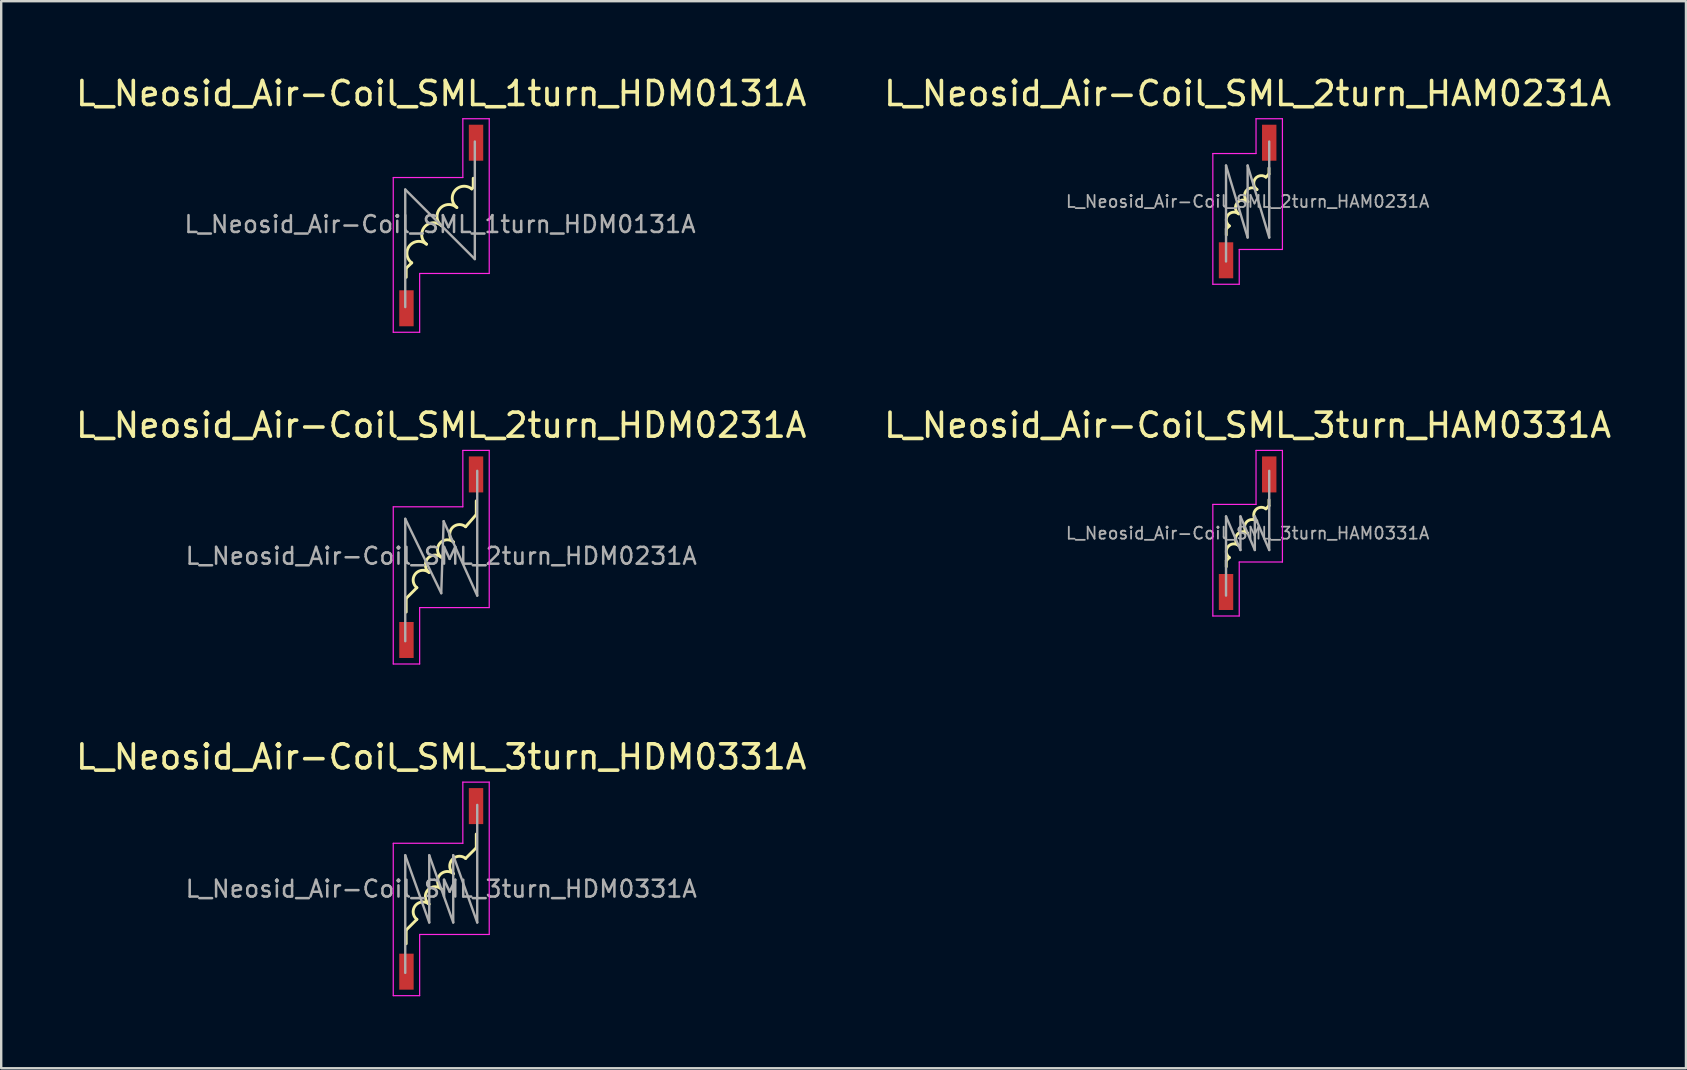
<source format=kicad_pcb>
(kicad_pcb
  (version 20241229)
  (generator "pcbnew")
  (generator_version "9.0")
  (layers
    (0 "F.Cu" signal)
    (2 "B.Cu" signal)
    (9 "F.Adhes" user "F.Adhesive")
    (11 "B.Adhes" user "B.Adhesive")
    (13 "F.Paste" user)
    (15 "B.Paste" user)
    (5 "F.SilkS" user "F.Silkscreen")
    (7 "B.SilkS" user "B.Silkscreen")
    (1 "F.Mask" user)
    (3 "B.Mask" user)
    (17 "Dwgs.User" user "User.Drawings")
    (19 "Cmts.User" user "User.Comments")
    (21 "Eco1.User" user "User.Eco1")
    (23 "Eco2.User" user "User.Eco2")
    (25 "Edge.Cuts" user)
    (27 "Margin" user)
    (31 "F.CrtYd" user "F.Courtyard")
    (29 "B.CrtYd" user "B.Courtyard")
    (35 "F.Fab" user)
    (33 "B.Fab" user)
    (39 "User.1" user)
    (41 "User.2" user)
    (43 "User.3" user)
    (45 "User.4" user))
  (footprint "L_Neosid_Air-Coil_SML_3turn_HDM0331A"
    (layer "F.Cu")
    (at 15.339 33.995)
    (property "Reference" "L_Neosid_Air-Coil_SML_3turn_HDM0331A" (at 0 -5.5 0) (layer "F.SilkS") (effects (font (size 1 1) (thickness 0.15))))
    (attr smd)
    (fp_line (start -1.46 1.714) (end -1.016 1.27) (stroke (width 0.12) (type solid)) (layer "F.SilkS"))
    (fp_line (start -1.46 2.286) (end -1.46 1.714) (stroke (width 0.12) (type solid)) (layer "F.SilkS"))
    (fp_line (start 1.016 -1.27) (end 1.46 -1.714) (stroke (width 0.12) (type solid)) (layer "F.SilkS"))
    (fp_line (start 1.46 -1.714) (end 1.46 -2.286) (stroke (width 0.12) (type solid)) (layer "F.SilkS"))
    (fp_arc (start -1.015998 1.269998) (mid -1.079498 0.6985) (end -0.508 0.635) (stroke (width 0.12) (type solid)) (layer "F.SilkS"))
    (fp_arc (start -0.507998 0.634998) (mid -0.571498 0.0635) (end 0 0) (stroke (width 0.12) (type solid)) (layer "F.SilkS"))
    (fp_arc (start 0.000002 -0.000002) (mid -0.063498 -0.5715) (end 0.508 -0.635) (stroke (width 0.12) (type solid)) (layer "F.SilkS"))
    (fp_arc (start 0.508002 -0.635002) (mid 0.444502 -1.2065) (end 1.016 -1.27) (stroke (width 0.12) (type solid)) (layer "F.SilkS"))
    (fp_line (start -2 -1.9) (end -2 4.45) (stroke (width 0.05) (type solid)) (layer "F.CrtYd"))
    (fp_line (start -2 4.45) (end -0.9 4.45) (stroke (width 0.05) (type solid)) (layer "F.CrtYd"))
    (fp_line (start -0.9 1.9) (end 2 1.9) (stroke (width 0.05) (type solid)) (layer "F.CrtYd"))
    (fp_line (start -0.9 4.45) (end -0.9 1.9) (stroke (width 0.05) (type solid)) (layer "F.CrtYd"))
    (fp_line (start 0.9 -4.45) (end 0.9 -1.9) (stroke (width 0.05) (type solid)) (layer "F.CrtYd"))
    (fp_line (start 0.9 -1.9) (end -2 -1.9) (stroke (width 0.05) (type solid)) (layer "F.CrtYd"))
    (fp_line (start 2 -4.45) (end 0.9 -4.45) (stroke (width 0.05) (type solid)) (layer "F.CrtYd"))
    (fp_line (start 2 1.9) (end 2 -4.45) (stroke (width 0.05) (type solid)) (layer "F.CrtYd"))
    (fp_line (start -1.5 -1.4) (end -0.5 1.4) (stroke (width 0.1) (type solid)) (layer "F.Fab"))
    (fp_line (start -1.5 3.5) (end -1.5 -1.4) (stroke (width 0.1) (type solid)) (layer "F.Fab"))
    (fp_line (start -0.5 -1.4) (end 0.5 1.4) (stroke (width 0.1) (type solid)) (layer "F.Fab"))
    (fp_line (start -0.5 1.4) (end -0.5 -1.4) (stroke (width 0.1) (type solid)) (layer "F.Fab"))
    (fp_line (start 0.5 -1.4) (end 1.5 1.4) (stroke (width 0.1) (type solid)) (layer "F.Fab"))
    (fp_line (start 0.5 1.4) (end 0.5 -1.4) (stroke (width 0.1) (type solid)) (layer "F.Fab"))
    (fp_line (start 1.5 1.4) (end 1.5 -3.5) (stroke (width 0.1) (type solid)) (layer "F.Fab"))
    (fp_text user "${REFERENCE}" (at 0 0 0) (layer "F.Fab") (effects (font (size 0.7 0.7) (thickness 0.105))))
    (pad "1" smd rect (at -1.45 3.45) (size 0.6 1.5) (layers "F.Cu" "F.Mask" "F.Paste"))
    (pad "2" smd rect (at 1.45 -3.45) (size 0.6 1.5) (layers "F.Cu" "F.Mask" "F.Paste")))
  (footprint "L_Neosid_Air-Coil_SML_2turn_HDM0231A"
    (layer "F.Cu")
    (at 15.339 20.172)
    (property "Reference" "L_Neosid_Air-Coil_SML_2turn_HDM0231A" (at 0 -5.5 0) (layer "F.SilkS") (effects (font (size 1 1) (thickness 0.15))))
    (attr smd)
    (fp_line (start -1.46 1.714) (end -1.46 2.286) (stroke (width 0.12) (type solid)) (layer "F.SilkS"))
    (fp_line (start -1.016 1.27) (end -1.46 1.714) (stroke (width 0.12) (type solid)) (layer "F.SilkS"))
    (fp_line (start 1.016 -1.27) (end 1.46 -1.778) (stroke (width 0.12) (type solid)) (layer "F.SilkS"))
    (fp_line (start 1.46 -1.778) (end 1.46 -2.349) (stroke (width 0.12) (type solid)) (layer "F.SilkS"))
    (fp_arc (start -1.015998 1.269998) (mid -1.079498 0.6985) (end -0.508 0.635) (stroke (width 0.12) (type solid)) (layer "F.SilkS"))
    (fp_arc (start -0.507998 0.634998) (mid -0.571498 0.0635) (end 0 0) (stroke (width 0.12) (type solid)) (layer "F.SilkS"))
    (fp_arc (start 0.000002 -0.000002) (mid -0.063498 -0.5715) (end 0.508 -0.635) (stroke (width 0.12) (type solid)) (layer "F.SilkS"))
    (fp_arc (start 0.508002 -0.635002) (mid 0.444502 -1.2065) (end 1.016 -1.27) (stroke (width 0.12) (type solid)) (layer "F.SilkS"))
    (fp_line (start -2 -2.1) (end -2 4.45) (stroke (width 0.05) (type solid)) (layer "F.CrtYd"))
    (fp_line (start -2 4.45) (end -0.9 4.45) (stroke (width 0.05) (type solid)) (layer "F.CrtYd"))
    (fp_line (start -0.9 2.1) (end 2 2.1) (stroke (width 0.05) (type solid)) (layer "F.CrtYd"))
    (fp_line (start -0.9 4.45) (end -0.9 2.1) (stroke (width 0.05) (type solid)) (layer "F.CrtYd"))
    (fp_line (start 0.9 -4.45) (end 0.9 -2.1) (stroke (width 0.05) (type solid)) (layer "F.CrtYd"))
    (fp_line (start 0.9 -2.1) (end -2 -2.1) (stroke (width 0.05) (type solid)) (layer "F.CrtYd"))
    (fp_line (start 2 -4.45) (end 0.9 -4.45) (stroke (width 0.05) (type solid)) (layer "F.CrtYd"))
    (fp_line (start 2 2.1) (end 2 -4.45) (stroke (width 0.05) (type solid)) (layer "F.CrtYd"))
    (fp_line (start -1.5 -1.6) (end 0 1.5) (stroke (width 0.1) (type solid)) (layer "F.Fab"))
    (fp_line (start -1.5 3.5) (end -1.5 -1.6) (stroke (width 0.1) (type solid)) (layer "F.Fab"))
    (fp_line (start 0 1.5) (end 0.1 -1.5) (stroke (width 0.1) (type solid)) (layer "F.Fab"))
    (fp_line (start 0.1 -1.5) (end 1.5 1.6) (stroke (width 0.1) (type solid)) (layer "F.Fab"))
    (fp_line (start 1.5 1.6) (end 1.5 -3.6) (stroke (width 0.1) (type solid)) (layer "F.Fab"))
    (fp_text user "${REFERENCE}" (at 0 -0.05 0) (layer "F.Fab") (effects (font (size 0.7 0.7) (thickness 0.105))))
    (pad "1" smd rect (at -1.45 3.45) (size 0.6 1.5) (layers "F.Cu" "F.Mask" "F.Paste"))
    (pad "2" smd rect (at 1.45 -3.45) (size 0.6 1.5) (layers "F.Cu" "F.Mask" "F.Paste")))
  (footprint "L_Neosid_Air-Coil_SML_3turn_HAM0331A"
    (layer "F.Cu")
    (at 48.946 19.172)
    (property "Reference" "L_Neosid_Air-Coil_SML_3turn_HAM0331A" (at 0 -4.5 0) (layer "F.SilkS") (effects (font (size 1 1) (thickness 0.15))))
    (attr smd)
    (fp_line (start -0.889 1.143) (end -0.889 1.397) (stroke (width 0.12) (type solid)) (layer "F.SilkS"))
    (fp_line (start -0.762 1.016) (end -0.889 1.143) (stroke (width 0.12) (type solid)) (layer "F.SilkS"))
    (fp_line (start 0.762 -1.016) (end 0.889 -1.143) (stroke (width 0.12) (type solid)) (layer "F.SilkS"))
    (fp_line (start 0.889 -1.143) (end 0.889 -1.397) (stroke (width 0.12) (type solid)) (layer "F.SilkS"))
    (fp_arc (start -0.761998 1.016) (mid -0.825499 0.571501) (end -0.381 0.508) (stroke (width 0.12) (type solid)) (layer "F.SilkS"))
    (fp_arc (start -0.380998 0.508) (mid -0.444499 0.063501) (end 0 0) (stroke (width 0.12) (type solid)) (layer "F.SilkS"))
    (fp_arc (start 0.000002 0) (mid -0.063499 -0.444499) (end 0.381 -0.508) (stroke (width 0.12) (type solid)) (layer "F.SilkS"))
    (fp_arc (start 0.381002 -0.508) (mid 0.317501 -0.952499) (end 0.762 -1.016) (stroke (width 0.12) (type solid)) (layer "F.SilkS"))
    (fp_line (start -1.45 -1.2) (end -1.45 3.45) (stroke (width 0.05) (type solid)) (layer "F.CrtYd"))
    (fp_line (start -1.45 3.45) (end -0.35 3.45) (stroke (width 0.05) (type solid)) (layer "F.CrtYd"))
    (fp_line (start -0.35 1.2) (end 1.45 1.2) (stroke (width 0.05) (type solid)) (layer "F.CrtYd"))
    (fp_line (start -0.35 3.45) (end -0.35 1.2) (stroke (width 0.05) (type solid)) (layer "F.CrtYd"))
    (fp_line (start 0.35 -3.45) (end 0.35 -1.2) (stroke (width 0.05) (type solid)) (layer "F.CrtYd"))
    (fp_line (start 0.35 -1.2) (end -1.45 -1.2) (stroke (width 0.05) (type solid)) (layer "F.CrtYd"))
    (fp_line (start 1.45 -3.45) (end 0.35 -3.45) (stroke (width 0.05) (type solid)) (layer "F.CrtYd"))
    (fp_line (start 1.45 1.2) (end 1.45 -3.45) (stroke (width 0.05) (type solid)) (layer "F.CrtYd"))
    (fp_line (start -0.9 -0.7) (end -0.3 0.7) (stroke (width 0.1) (type solid)) (layer "F.Fab"))
    (fp_line (start -0.9 2.6) (end -0.9 -0.7) (stroke (width 0.1) (type solid)) (layer "F.Fab"))
    (fp_line (start -0.3 -0.7) (end 0.3 0.7) (stroke (width 0.1) (type solid)) (layer "F.Fab"))
    (fp_line (start -0.3 0.7) (end -0.3 -0.7) (stroke (width 0.1) (type solid)) (layer "F.Fab"))
    (fp_line (start 0.3 -0.7) (end 0.9 0.7) (stroke (width 0.1) (type solid)) (layer "F.Fab"))
    (fp_line (start 0.3 0.7) (end 0.3 -0.7) (stroke (width 0.1) (type solid)) (layer "F.Fab"))
    (fp_line (start 0.9 0.7) (end 0.9 -2.6) (stroke (width 0.1) (type solid)) (layer "F.Fab"))
    (fp_text user "${REFERENCE}" (at 0 0 0) (layer "F.Fab") (effects (font (size 0.5 0.5) (thickness 0.075))))
    (pad "1" smd rect (at -0.9 2.45) (size 0.6 1.5) (layers "F.Cu" "F.Mask" "F.Paste"))
    (pad "2" smd rect (at 0.9 -2.45) (size 0.6 1.5) (layers "F.Cu" "F.Mask" "F.Paste")))
  (footprint "L_Neosid_Air-Coil_SML_2turn_HAM0231A"
    (layer "F.Cu")
    (at 48.946 5.348)
    (property "Reference" "L_Neosid_Air-Coil_SML_2turn_HAM0231A" (at 0 -4.5 0) (layer "F.SilkS") (effects (font (size 1 1) (thickness 0.15))))
    (attr smd)
    (fp_line (start -0.889 1.143) (end -0.889 1.397) (stroke (width 0.12) (type solid)) (layer "F.SilkS"))
    (fp_line (start -0.889 1.143) (end -0.762 1.016) (stroke (width 0.12) (type solid)) (layer "F.SilkS"))
    (fp_line (start 0.762 -1.016) (end 0.889 -1.143) (stroke (width 0.12) (type solid)) (layer "F.SilkS"))
    (fp_line (start 0.889 -1.143) (end 0.889 -1.397) (stroke (width 0.12) (type solid)) (layer "F.SilkS"))
    (fp_arc (start -0.761998 1.015998) (mid -0.825498 0.5715) (end -0.381 0.508) (stroke (width 0.12) (type solid)) (layer "F.SilkS"))
    (fp_arc (start -0.366615 0.518174) (mid -0.449686 0.070621) (end 0 0) (stroke (width 0.12) (type solid)) (layer "F.SilkS"))
    (fp_arc (start 0.014385 0.010174) (mid -0.068686 -0.437379) (end 0.381 -0.508) (stroke (width 0.12) (type solid)) (layer "F.SilkS"))
    (fp_arc (start 0.395385 -0.497826) (mid 0.312314 -0.945379) (end 0.762 -1.016) (stroke (width 0.12) (type solid)) (layer "F.SilkS"))
    (fp_line (start -1.45 -2) (end -1.45 3.45) (stroke (width 0.05) (type solid)) (layer "F.CrtYd"))
    (fp_line (start -1.45 3.45) (end -0.35 3.45) (stroke (width 0.05) (type solid)) (layer "F.CrtYd"))
    (fp_line (start -0.35 2) (end 1.45 2) (stroke (width 0.05) (type solid)) (layer "F.CrtYd"))
    (fp_line (start -0.35 3.45) (end -0.35 2) (stroke (width 0.05) (type solid)) (layer "F.CrtYd"))
    (fp_line (start 0.35 -3.45) (end 0.35 -2) (stroke (width 0.05) (type solid)) (layer "F.CrtYd"))
    (fp_line (start 0.35 -2) (end -1.45 -2) (stroke (width 0.05) (type solid)) (layer "F.CrtYd"))
    (fp_line (start 1.45 -3.45) (end 0.35 -3.45) (stroke (width 0.05) (type solid)) (layer "F.CrtYd"))
    (fp_line (start 1.45 2) (end 1.45 -3.45) (stroke (width 0.05) (type solid)) (layer "F.CrtYd"))
    (fp_line (start -0.9 -1.5) (end 0 1.5) (stroke (width 0.1) (type solid)) (layer "F.Fab"))
    (fp_line (start -0.9 2.5) (end -0.9 -1.5) (stroke (width 0.1) (type solid)) (layer "F.Fab"))
    (fp_line (start 0 -1.5) (end 0.9 1.5) (stroke (width 0.1) (type solid)) (layer "F.Fab"))
    (fp_line (start 0 1.5) (end 0 -1.5) (stroke (width 0.1) (type solid)) (layer "F.Fab"))
    (fp_line (start 0.9 1.5) (end 0.9 -2.5) (stroke (width 0.1) (type solid)) (layer "F.Fab"))
    (fp_text user "${REFERENCE}" (at 0 0 0) (layer "F.Fab") (effects (font (size 0.5 0.5) (thickness 0.075))))
    (pad "1" smd rect (at -0.9 2.45) (size 0.6 1.5) (layers "F.Cu" "F.Mask" "F.Paste"))
    (pad "2" smd rect (at 0.9 -2.45) (size 0.6 1.5) (layers "F.Cu" "F.Mask" "F.Paste")))
  (footprint "L_Neosid_Air-Coil_SML_1turn_HDM0131A"
    (layer "F.Cu")
    (at 15.339 6.348)
    (property "Reference" "L_Neosid_Air-Coil_SML_1turn_HDM0131A" (at 0 -5.5 0) (layer "F.SilkS") (effects (font (size 1 1) (thickness 0.15))))
    (attr smd)
    (fp_line (start -1.46 1.778) (end -1.46 2.159) (stroke (width 0.12) (type solid)) (layer "F.SilkS"))
    (fp_line (start -1.23 1.556) (end -1.46 1.778) (stroke (width 0.12) (type solid)) (layer "F.SilkS"))
    (fp_line (start 1.27 -1.524) (end 1.333 -1.587) (stroke (width 0.12) (type solid)) (layer "F.SilkS"))
    (fp_line (start 1.333 -1.587) (end 1.333 -1.968) (stroke (width 0.12) (type solid)) (layer "F.SilkS"))
    (fp_arc (start -1.230136 1.555522) (mid -1.321575 0.851126) (end -0.615068 0.777761) (stroke (width 0.12) (type solid)) (layer "F.SilkS"))
    (fp_arc (start -0.615068 0.777761) (mid -0.706507 0.073365) (end 0 0) (stroke (width 0.12) (type solid)) (layer "F.SilkS"))
    (fp_arc (start 0.019932 0.015761) (mid -0.071507 -0.688635) (end 0.635 -0.762) (stroke (width 0.12) (type solid)) (layer "F.SilkS"))
    (fp_arc (start 0.654932 -0.746239) (mid 0.563493 -1.450635) (end 1.27 -1.524) (stroke (width 0.12) (type solid)) (layer "F.SilkS"))
    (fp_line (start -2 -2) (end -2 4.45) (stroke (width 0.05) (type solid)) (layer "F.CrtYd"))
    (fp_line (start -2 4.45) (end -0.9 4.45) (stroke (width 0.05) (type solid)) (layer "F.CrtYd"))
    (fp_line (start -0.9 2) (end 2 2) (stroke (width 0.05) (type solid)) (layer "F.CrtYd"))
    (fp_line (start -0.9 4.45) (end -0.9 2) (stroke (width 0.05) (type solid)) (layer "F.CrtYd"))
    (fp_line (start 0.9 -4.45) (end 0.9 -2) (stroke (width 0.05) (type solid)) (layer "F.CrtYd"))
    (fp_line (start 0.9 -2) (end -2 -2) (stroke (width 0.05) (type solid)) (layer "F.CrtYd"))
    (fp_line (start 2 -4.45) (end 0.9 -4.45) (stroke (width 0.05) (type solid)) (layer "F.CrtYd"))
    (fp_line (start 2 2) (end 2 -4.45) (stroke (width 0.05) (type solid)) (layer "F.CrtYd"))
    (fp_line (start -1.5 -1.5) (end 1.4 1.4) (stroke (width 0.1) (type solid)) (layer "F.Fab"))
    (fp_line (start -1.5 3.4) (end -1.5 -1.5) (stroke (width 0.1) (type solid)) (layer "F.Fab"))
    (fp_line (start 1.4 1.4) (end 1.4 -3.5) (stroke (width 0.1) (type solid)) (layer "F.Fab"))
    (fp_text user "${REFERENCE}" (at -0.05 -0.05 0) (layer "F.Fab") (effects (font (size 0.7 0.7) (thickness 0.105))))
    (pad "1" smd rect (at -1.45 3.45) (size 0.6 1.5) (layers "F.Cu" "F.Mask" "F.Paste"))
    (pad "2" smd rect (at 1.45 -3.45) (size 0.6 1.5) (layers "F.Cu" "F.Mask" "F.Paste")))
  (gr_rect
    (start -3 -3)
    (end 67.214 41.47)
    (stroke (width 0.1) (type default))
    (fill no)
    (layer "Edge.Cuts")))
</source>
